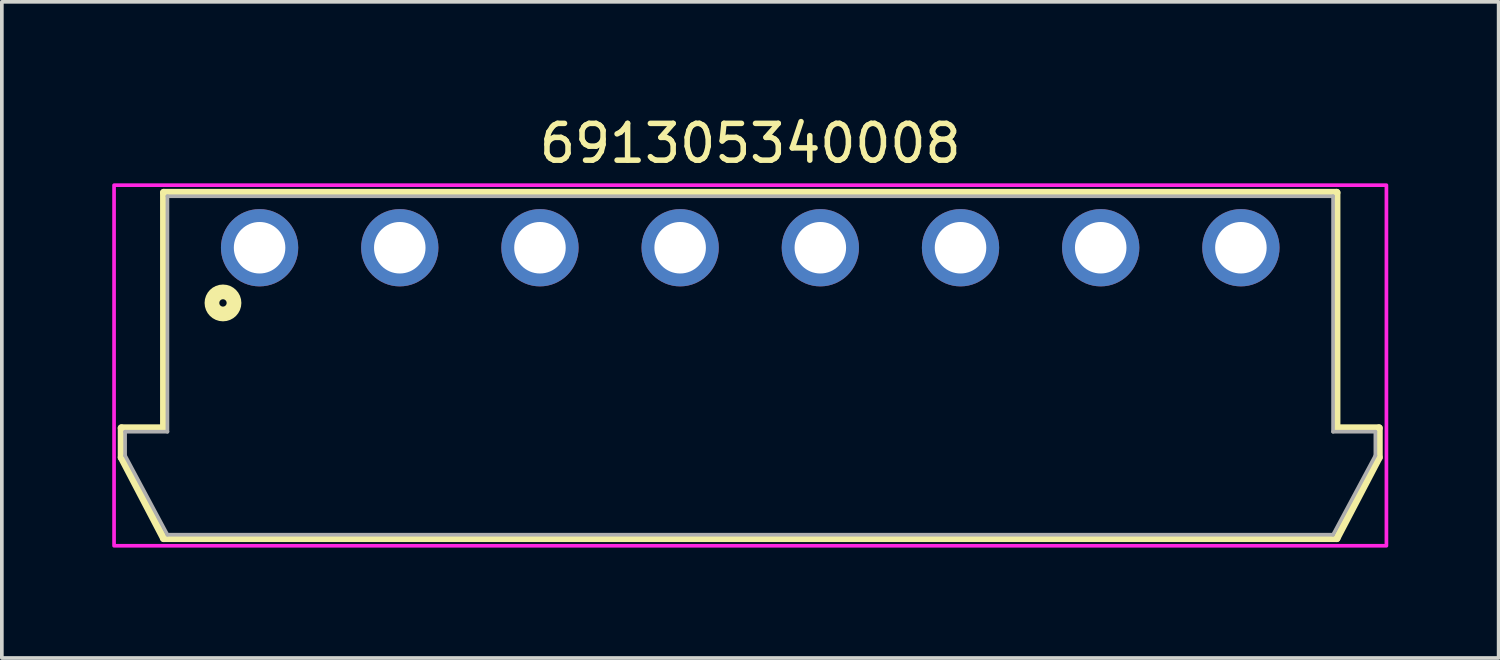
<source format=kicad_pcb>
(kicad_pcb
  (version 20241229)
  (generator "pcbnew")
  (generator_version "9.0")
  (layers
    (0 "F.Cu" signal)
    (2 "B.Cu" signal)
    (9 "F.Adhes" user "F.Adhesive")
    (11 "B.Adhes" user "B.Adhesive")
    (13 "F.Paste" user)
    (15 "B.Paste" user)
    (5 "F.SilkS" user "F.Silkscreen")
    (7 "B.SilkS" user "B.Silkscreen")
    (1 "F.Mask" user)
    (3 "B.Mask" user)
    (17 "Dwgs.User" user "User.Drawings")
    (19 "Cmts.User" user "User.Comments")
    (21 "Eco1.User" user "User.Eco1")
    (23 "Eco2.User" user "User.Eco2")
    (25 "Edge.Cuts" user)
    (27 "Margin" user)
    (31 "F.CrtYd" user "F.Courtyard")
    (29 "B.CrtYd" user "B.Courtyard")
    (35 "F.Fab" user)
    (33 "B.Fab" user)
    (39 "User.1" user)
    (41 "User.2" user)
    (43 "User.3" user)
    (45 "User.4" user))
  (footprint "691305340008"
    (layer "F.Cu")
    (at 17.34 3.683)
    (property "Reference" "691305340008" (at 0 -2.835 0) (layer "F.SilkS") (effects (font (size 1 1) (thickness 0.15))))
    (attr through_hole)
    (fp_line (start -17.09 4.9) (end -15.94 4.9) (stroke (width 0.2) (type solid)) (layer "F.SilkS"))
    (fp_line (start -17.09 5.7) (end -17.09 4.9) (stroke (width 0.2) (type solid)) (layer "F.SilkS"))
    (fp_line (start -15.94 -1.5) (end 15.94 -1.5) (stroke (width 0.2) (type solid)) (layer "F.SilkS"))
    (fp_line (start -15.94 4.9) (end -15.94 -1.5) (stroke (width 0.2) (type solid)) (layer "F.SilkS"))
    (fp_line (start -15.94 7.9) (end -17.09 5.7) (stroke (width 0.2) (type solid)) (layer "F.SilkS"))
    (fp_line (start 15.94 -1.5) (end 15.94 4.9) (stroke (width 0.2) (type solid)) (layer "F.SilkS"))
    (fp_line (start 15.94 4.9) (end 17.09 4.9) (stroke (width 0.2) (type solid)) (layer "F.SilkS"))
    (fp_line (start 15.94 7.9) (end -15.94 7.9) (stroke (width 0.2) (type solid)) (layer "F.SilkS"))
    (fp_line (start 17.09 4.9) (end 17.09 5.7) (stroke (width 0.2) (type solid)) (layer "F.SilkS"))
    (fp_line (start 17.09 5.7) (end 15.94 7.9) (stroke (width 0.2) (type solid)) (layer "F.SilkS"))
    (fp_circle (center -14.33 1.5) (end -14.23 1.5) (stroke (width 0.4) (type solid)) (fill no) (layer "F.SilkS"))
    (fp_poly (pts (xy -17.29 -1.7) (xy 17.29 -1.7) (xy 17.29 8.1) (xy -17.29 8.1)) (stroke (width 0.1) (type solid)) (fill no) (layer "F.CrtYd"))
    (fp_line (start -16.99 5) (end -15.84 5) (stroke (width 0.1) (type solid)) (layer "F.Fab"))
    (fp_line (start -16.99 5.65) (end -16.99 5) (stroke (width 0.1) (type solid)) (layer "F.Fab"))
    (fp_line (start -15.84 -1.4) (end 15.84 -1.4) (stroke (width 0.1) (type solid)) (layer "F.Fab"))
    (fp_line (start -15.84 5) (end -15.84 -1.4) (stroke (width 0.1) (type solid)) (layer "F.Fab"))
    (fp_line (start -15.84 7.8) (end -16.99 5.65) (stroke (width 0.1) (type solid)) (layer "F.Fab"))
    (fp_line (start 15.84 -1.4) (end 15.84 5) (stroke (width 0.1) (type solid)) (layer "F.Fab"))
    (fp_line (start 15.84 5) (end 16.99 5) (stroke (width 0.1) (type solid)) (layer "F.Fab"))
    (fp_line (start 15.84 7.8) (end -15.84 7.8) (stroke (width 0.1) (type solid)) (layer "F.Fab"))
    (fp_line (start 16.99 5) (end 16.99 5.65) (stroke (width 0.1) (type solid)) (layer "F.Fab"))
    (fp_line (start 16.99 5.65) (end 15.84 7.8) (stroke (width 0.1) (type solid)) (layer "F.Fab"))
    (pad "1" thru_hole circle (at -13.335 0) (size 2.1 2.1) (drill 1.4) (layers "*.Cu" "*.Mask"))
    (pad "2" thru_hole circle (at -9.525 0) (size 2.1 2.1) (drill 1.4) (layers "*.Cu" "*.Mask"))
    (pad "3" thru_hole circle (at -5.715 0) (size 2.1 2.1) (drill 1.4) (layers "*.Cu" "*.Mask"))
    (pad "4" thru_hole circle (at -1.905 0) (size 2.1 2.1) (drill 1.4) (layers "*.Cu" "*.Mask"))
    (pad "5" thru_hole circle (at 1.905 0) (size 2.1 2.1) (drill 1.4) (layers "*.Cu" "*.Mask"))
    (pad "6" thru_hole circle (at 5.715 0) (size 2.1 2.1) (drill 1.4) (layers "*.Cu" "*.Mask"))
    (pad "7" thru_hole circle (at 9.525 0) (size 2.1 2.1) (drill 1.4) (layers "*.Cu" "*.Mask"))
    (pad "8" thru_hole circle (at 13.335 0) (size 2.1 2.1) (drill 1.4) (layers "*.Cu" "*.Mask")))
  (gr_rect
    (start -3 -3)
    (end 37.68 14.833)
    (stroke (width 0.1) (type default))
    (fill no)
    (layer "Edge.Cuts")))
</source>
